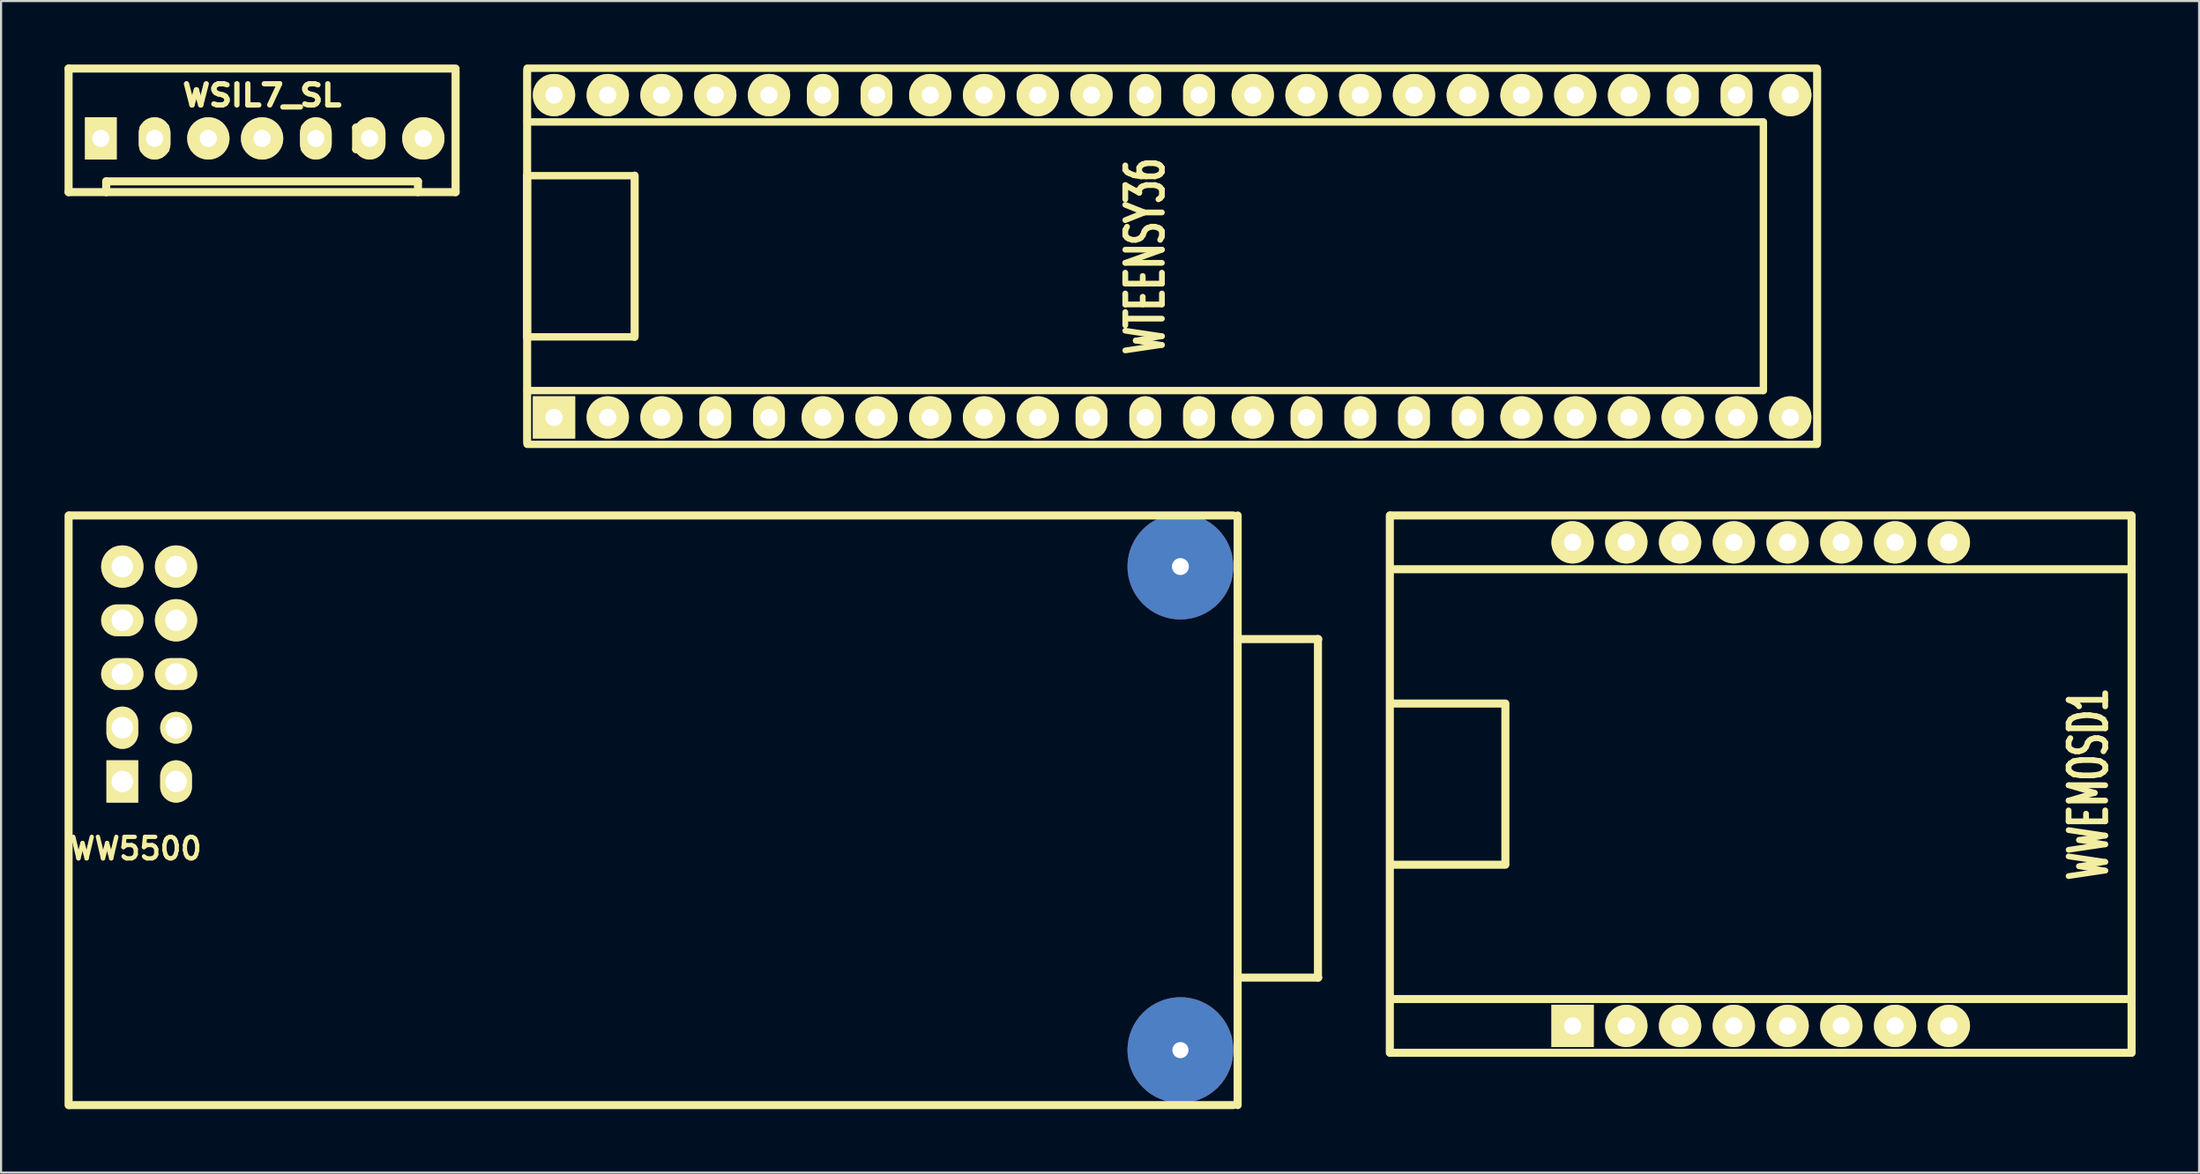
<source format=kicad_pcb>
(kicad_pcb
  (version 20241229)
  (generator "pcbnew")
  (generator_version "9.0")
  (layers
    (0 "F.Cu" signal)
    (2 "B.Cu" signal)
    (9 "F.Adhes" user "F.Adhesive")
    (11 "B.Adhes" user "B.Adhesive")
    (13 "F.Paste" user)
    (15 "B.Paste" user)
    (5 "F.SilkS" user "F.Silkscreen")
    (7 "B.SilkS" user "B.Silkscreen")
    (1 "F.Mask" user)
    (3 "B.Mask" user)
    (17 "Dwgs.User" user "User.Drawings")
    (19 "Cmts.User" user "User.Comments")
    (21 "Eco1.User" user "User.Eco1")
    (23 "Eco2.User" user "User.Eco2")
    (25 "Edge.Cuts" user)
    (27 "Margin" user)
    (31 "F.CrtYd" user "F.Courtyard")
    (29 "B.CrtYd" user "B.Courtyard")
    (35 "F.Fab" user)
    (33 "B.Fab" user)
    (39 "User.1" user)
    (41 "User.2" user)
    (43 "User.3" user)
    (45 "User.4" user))
  (footprint "WWEMOSD1"
    (layer "F.Cu")
    (at 80.153 34.02)
    (property "Reference" "WWEMOSD1" (at 15.494 0 90) (layer "F.SilkS") (effects (font (size 1.73 1.087) (thickness 0.272))))
    (attr through_hole)
    (fp_line (start -17.526 12.7) (end -17.526 -12.7) (stroke (width 0.381) (type solid)) (layer "F.SilkS"))
    (fp_line (start -17.51 -12.7) (end 17.5 -12.7) (stroke (width 0.381) (type solid)) (layer "F.SilkS"))
    (fp_line (start -17.51 -10.16) (end 17.51 -10.16) (stroke (width 0.381) (type solid)) (layer "F.SilkS"))
    (fp_line (start -17.51 10.16) (end 17.51 10.16) (stroke (width 0.381) (type solid)) (layer "F.SilkS"))
    (fp_line (start -17.399 3.81) (end -12.159 3.81) (stroke (width 0.381) (type solid)) (layer "F.SilkS"))
    (fp_line (start -12.159 -3.81) (end -17.399 -3.81) (stroke (width 0.381) (type solid)) (layer "F.SilkS"))
    (fp_line (start -12.065 3.81) (end -12.065 -3.81) (stroke (width 0.381) (type solid)) (layer "F.SilkS"))
    (fp_line (start 17.51 12.7) (end -17.51 12.7) (stroke (width 0.381) (type solid)) (layer "F.SilkS"))
    (fp_line (start 17.526 -12.7) (end 17.526 12.7) (stroke (width 0.381) (type solid)) (layer "F.SilkS"))
    (pad "1" thru_hole rect (at -8.89 11.43) (size 1.999 1.999) (drill 0.813) (layers "*.Cu" "*.Mask" "F.SilkS"))
    (pad "2" thru_hole circle (at -6.35 11.43) (size 1.999 1.999) (drill 0.813) (layers "*.Cu" "*.Mask" "F.SilkS"))
    (pad "3" thru_hole circle (at -3.81 11.43) (size 1.999 1.999) (drill 0.813) (layers "*.Cu" "*.Mask" "F.SilkS"))
    (pad "4" thru_hole circle (at -1.27 11.43) (size 1.999 1.999) (drill 0.813) (layers "*.Cu" "*.Mask" "F.SilkS"))
    (pad "5" thru_hole circle (at 1.27 11.43) (size 1.999 1.999) (drill 0.813) (layers "*.Cu" "*.Mask" "F.SilkS"))
    (pad "6" thru_hole circle (at 3.81 11.43) (size 1.999 1.999) (drill 0.813) (layers "*.Cu" "*.Mask" "F.SilkS"))
    (pad "7" thru_hole circle (at 6.35 11.43) (size 1.999 1.999) (drill 0.813) (layers "*.Cu" "*.Mask" "F.SilkS"))
    (pad "8" thru_hole circle (at 8.89 11.43) (size 1.999 1.999) (drill 0.813) (layers "*.Cu" "*.Mask" "F.SilkS"))
    (pad "9" thru_hole circle (at 8.89 -11.43) (size 1.999 1.999) (drill 0.813) (layers "*.Cu" "*.Mask" "F.SilkS"))
    (pad "10" thru_hole circle (at 6.35 -11.43) (size 1.999 1.999) (drill 0.813) (layers "*.Cu" "*.Mask" "F.SilkS"))
    (pad "11" thru_hole circle (at 3.81 -11.43) (size 1.999 1.999) (drill 0.813) (layers "*.Cu" "*.Mask" "F.SilkS"))
    (pad "12" thru_hole circle (at 1.27 -11.43) (size 1.999 1.999) (drill 0.813) (layers "*.Cu" "*.Mask" "F.SilkS"))
    (pad "13" thru_hole circle (at -1.27 -11.43) (size 1.999 1.999) (drill 0.813) (layers "*.Cu" "*.Mask" "F.SilkS"))
    (pad "14" thru_hole circle (at -3.81 -11.43) (size 1.999 1.999) (drill 0.813) (layers "*.Cu" "*.Mask" "F.SilkS"))
    (pad "15" thru_hole circle (at -6.35 -11.43) (size 1.999 1.999) (drill 0.813) (layers "*.Cu" "*.Mask" "F.SilkS"))
    (pad "16" thru_hole circle (at -8.89 -11.43) (size 1.999 1.999) (drill 0.813) (layers "*.Cu" "*.Mask" "F.SilkS")))
  (footprint "WTEENSY36"
    (layer "F.Cu")
    (at 52.34 9.065)
    (property "Reference" "WTEENSY36" (at -1.27 0 90) (layer "F.SilkS") (effects (font (size 1.73 1.087) (thickness 0.272))))
    (attr through_hole)
    (fp_line (start -30.48 -8.89) (end 30.48 -8.89) (stroke (width 0.35) (type solid)) (layer "F.SilkS"))
    (fp_line (start -30.48 -6.35) (end 27.9 -6.35) (stroke (width 0.35) (type solid)) (layer "F.SilkS"))
    (fp_line (start -30.48 -3.81) (end -30.48 3.81) (stroke (width 0.381) (type solid)) (layer "F.SilkS"))
    (fp_line (start -30.48 -3.81) (end -25.4 -3.81) (stroke (width 0.35) (type solid)) (layer "F.SilkS"))
    (fp_line (start -30.48 6.35) (end 27.9 6.35) (stroke (width 0.35) (type solid)) (layer "F.SilkS"))
    (fp_line (start -30.48 8.8) (end -30.48 -8.8) (stroke (width 0.381) (type solid)) (layer "F.SilkS"))
    (fp_line (start -30.48 8.89) (end 30.48 8.89) (stroke (width 0.35) (type solid)) (layer "F.SilkS"))
    (fp_line (start -25.4 3.81) (end -30.48 3.81) (stroke (width 0.35) (type solid)) (layer "F.SilkS"))
    (fp_line (start -25.4 3.81) (end -25.4 -3.81) (stroke (width 0.381) (type solid)) (layer "F.SilkS"))
    (fp_line (start 27.94 -6.35) (end 27.94 6.35) (stroke (width 0.35) (type solid)) (layer "F.SilkS"))
    (fp_line (start 30.48 -8.8) (end 30.48 8.8) (stroke (width 0.381) (type solid)) (layer "F.SilkS"))
    (pad "1" thru_hole rect (at -29.21 7.62) (size 1.999 1.999) (drill 0.813) (layers "*.Cu" "*.Mask" "F.SilkS"))
    (pad "2" thru_hole circle (at -26.67 7.62) (size 1.999 1.999) (drill 0.813) (layers "*.Cu" "*.Mask" "F.SilkS"))
    (pad "3" thru_hole circle (at -24.13 7.62) (size 1.999 1.999) (drill 0.813) (layers "*.Cu" "*.Mask" "F.SilkS"))
    (pad "4" thru_hole oval (at -21.59 7.62) (size 1.5 1.999) (drill 0.813) (layers "*.Cu" "*.Mask" "F.SilkS"))
    (pad "5" thru_hole oval (at -19.05 7.62) (size 1.5 1.999) (drill 0.813) (layers "*.Cu" "*.Mask" "F.SilkS"))
    (pad "6" thru_hole circle (at -16.51 7.62) (size 1.999 1.999) (drill 0.813) (layers "*.Cu" "*.Mask" "F.SilkS"))
    (pad "7" thru_hole circle (at -13.97 7.62) (size 1.999 1.999) (drill 0.813) (layers "*.Cu" "*.Mask" "F.SilkS"))
    (pad "8" thru_hole circle (at -11.43 7.62) (size 1.999 1.999) (drill 0.813) (layers "*.Cu" "*.Mask" "F.SilkS"))
    (pad "9" thru_hole circle (at -8.89 7.62) (size 1.999 1.999) (drill 0.813) (layers "*.Cu" "*.Mask" "F.SilkS"))
    (pad "10" thru_hole circle (at -6.35 7.62) (size 1.999 1.999) (drill 0.813) (layers "*.Cu" "*.Mask" "F.SilkS"))
    (pad "11" thru_hole oval (at -3.81 7.62) (size 1.5 1.999) (drill 0.813) (layers "*.Cu" "*.Mask" "F.SilkS"))
    (pad "12" thru_hole oval (at -1.27 7.62) (size 1.5 1.999) (drill 0.813) (layers "*.Cu" "*.Mask" "F.SilkS"))
    (pad "13" thru_hole oval (at 1.27 7.62) (size 1.5 1.999) (drill 0.813) (layers "*.Cu" "*.Mask" "F.SilkS"))
    (pad "14" thru_hole circle (at 3.81 7.62) (size 1.999 1.999) (drill 0.813) (layers "*.Cu" "*.Mask" "F.SilkS"))
    (pad "15" thru_hole oval (at 6.35 7.62) (size 1.5 1.999) (drill 0.813) (layers "*.Cu" "*.Mask" "F.SilkS"))
    (pad "16" thru_hole oval (at 8.89 7.62) (size 1.5 1.999) (drill 0.813) (layers "*.Cu" "*.Mask" "F.SilkS"))
    (pad "17" thru_hole oval (at 11.43 7.62) (size 1.5 1.999) (drill 0.813) (layers "*.Cu" "*.Mask" "F.SilkS"))
    (pad "18" thru_hole oval (at 13.97 7.62) (size 1.5 1.999) (drill 0.813) (layers "*.Cu" "*.Mask" "F.SilkS"))
    (pad "19" thru_hole circle (at 16.51 7.62) (size 1.999 1.999) (drill 0.813) (layers "*.Cu" "*.Mask" "F.SilkS"))
    (pad "20" thru_hole circle (at 19.05 7.62) (size 1.999 1.999) (drill 0.813) (layers "*.Cu" "*.Mask" "F.SilkS"))
    (pad "21" thru_hole circle (at 21.59 7.62) (size 1.999 1.999) (drill 0.813) (layers "*.Cu" "*.Mask" "F.SilkS"))
    (pad "22" thru_hole circle (at 24.13 7.62) (size 1.999 1.999) (drill 0.813) (layers "*.Cu" "*.Mask" "F.SilkS"))
    (pad "23" thru_hole circle (at 26.67 7.62) (size 1.999 1.999) (drill 0.813) (layers "*.Cu" "*.Mask" "F.SilkS"))
    (pad "24" thru_hole circle (at 29.21 7.62) (size 1.999 1.999) (drill 0.813) (layers "*.Cu" "*.Mask" "F.SilkS"))
    (pad "25" thru_hole circle (at 29.21 -7.62) (size 1.999 1.999) (drill 0.813) (layers "*.Cu" "*.Mask" "F.SilkS"))
    (pad "26" thru_hole oval (at 26.67 -7.62) (size 1.5 1.999) (drill 0.813) (layers "*.Cu" "*.Mask" "F.SilkS"))
    (pad "27" thru_hole oval (at 24.13 -7.62) (size 1.5 1.999) (drill 0.813) (layers "*.Cu" "*.Mask" "F.SilkS"))
    (pad "28" thru_hole circle (at 21.59 -7.62) (size 1.999 1.999) (drill 0.813) (layers "*.Cu" "*.Mask" "F.SilkS"))
    (pad "29" thru_hole circle (at 19.05 -7.62) (size 1.999 1.999) (drill 0.813) (layers "*.Cu" "*.Mask" "F.SilkS"))
    (pad "30" thru_hole circle (at 16.51 -7.62) (size 1.999 1.999) (drill 0.813) (layers "*.Cu" "*.Mask" "F.SilkS"))
    (pad "31" thru_hole circle (at 13.97 -7.62) (size 1.999 1.999) (drill 0.813) (layers "*.Cu" "*.Mask" "F.SilkS"))
    (pad "32" thru_hole circle (at 11.43 -7.62) (size 1.999 1.999) (drill 0.813) (layers "*.Cu" "*.Mask" "F.SilkS"))
    (pad "33" thru_hole circle (at 8.89 -7.62) (size 1.999 1.999) (drill 0.813) (layers "*.Cu" "*.Mask" "F.SilkS"))
    (pad "34" thru_hole circle (at 6.35 -7.62) (size 1.999 1.999) (drill 0.813) (layers "*.Cu" "*.Mask" "F.SilkS"))
    (pad "35" thru_hole circle (at 3.81 -7.62) (size 1.999 1.999) (drill 0.813) (layers "*.Cu" "*.Mask" "F.SilkS"))
    (pad "36" thru_hole oval (at 1.27 -7.62) (size 1.5 1.999) (drill 0.813) (layers "*.Cu" "*.Mask" "F.SilkS"))
    (pad "37" thru_hole oval (at -1.27 -7.62) (size 1.5 1.999) (drill 0.813) (layers "*.Cu" "*.Mask" "F.SilkS"))
    (pad "38" thru_hole circle (at -3.81 -7.62) (size 1.999 1.999) (drill 0.813) (layers "*.Cu" "*.Mask" "F.SilkS"))
    (pad "39" thru_hole circle (at -6.35 -7.62) (size 1.999 1.999) (drill 0.813) (layers "*.Cu" "*.Mask" "F.SilkS"))
    (pad "40" thru_hole circle (at -8.89 -7.62) (size 1.999 1.999) (drill 0.813) (layers "*.Cu" "*.Mask" "F.SilkS"))
    (pad "41" thru_hole circle (at -11.43 -7.62) (size 1.999 1.999) (drill 0.813) (layers "*.Cu" "*.Mask" "F.SilkS"))
    (pad "42" thru_hole oval (at -13.97 -7.62) (size 1.5 1.999) (drill 0.813) (layers "*.Cu" "*.Mask" "F.SilkS"))
    (pad "43" thru_hole oval (at -16.51 -7.62) (size 1.5 1.999) (drill 0.813) (layers "*.Cu" "*.Mask" "F.SilkS"))
    (pad "44" thru_hole circle (at -19.05 -7.62) (size 1.999 1.999) (drill 0.813) (layers "*.Cu" "*.Mask" "F.SilkS"))
    (pad "45" thru_hole circle (at -21.59 -7.62) (size 1.999 1.999) (drill 0.813) (layers "*.Cu" "*.Mask" "F.SilkS"))
    (pad "46" thru_hole circle (at -24.13 -7.62) (size 1.999 1.999) (drill 0.813) (layers "*.Cu" "*.Mask" "F.SilkS"))
    (pad "47" thru_hole circle (at -26.67 -7.62) (size 1.999 1.999) (drill 0.813) (layers "*.Cu" "*.Mask" "F.SilkS"))
    (pad "48" thru_hole circle (at -29.21 -7.62) (size 1.999 1.999) (drill 0.813) (layers "*.Cu" "*.Mask" "F.SilkS")))
  (footprint "WSIL7_SL"
    (layer "F.Cu")
    (at 9.335 3.493)
    (property "Reference" "WSIL7_SL" (at 0 -2.032 0) (layer "F.SilkS") (effects (font (size 1.001 1.087) (thickness 0.25))))
    (attr through_hole)
    (fp_line (start -9.144 -3.302) (end 9.144 -3.302) (stroke (width 0.381) (type solid)) (layer "F.SilkS"))
    (fp_line (start -9.144 2.54) (end -9.144 -3.302) (stroke (width 0.381) (type solid)) (layer "F.SilkS"))
    (fp_line (start -8.128 -0.508) (end -8.128 0.508) (stroke (width 0.381) (type solid)) (layer "F.SilkS"))
    (fp_line (start -8.128 0.508) (end -7.112 0.508) (stroke (width 0.381) (type solid)) (layer "F.SilkS"))
    (fp_line (start -7.366 2.032) (end 7.366 2.032) (stroke (width 0.381) (type solid)) (layer "F.SilkS"))
    (fp_line (start -7.366 2.54) (end -7.366 2.032) (stroke (width 0.381) (type solid)) (layer "F.SilkS"))
    (fp_line (start -7.112 -0.508) (end -8.128 -0.508) (stroke (width 0.381) (type solid)) (layer "F.SilkS"))
    (fp_line (start -7.112 0.508) (end -7.112 -0.508) (stroke (width 0.381) (type solid)) (layer "F.SilkS"))
    (fp_line (start -5.588 -0.508) (end -5.588 0.508) (stroke (width 0.381) (type solid)) (layer "F.SilkS"))
    (fp_line (start -5.588 -0.508) (end -4.572 -0.508) (stroke (width 0.381) (type solid)) (layer "F.SilkS"))
    (fp_line (start -4.572 -0.508) (end -4.572 0.508) (stroke (width 0.381) (type solid)) (layer "F.SilkS"))
    (fp_line (start -4.572 0.508) (end -5.588 0.508) (stroke (width 0.381) (type solid)) (layer "F.SilkS"))
    (fp_line (start -3.048 -0.508) (end -3.048 0.508) (stroke (width 0.381) (type solid)) (layer "F.SilkS"))
    (fp_line (start -3.048 0.508) (end -2.032 0.508) (stroke (width 0.381) (type solid)) (layer "F.SilkS"))
    (fp_line (start -2.032 -0.508) (end -3.048 -0.508) (stroke (width 0.381) (type solid)) (layer "F.SilkS"))
    (fp_line (start -2.032 0.508) (end -2.032 -0.508) (stroke (width 0.381) (type solid)) (layer "F.SilkS"))
    (fp_line (start -0.508 -0.508) (end -0.508 0.508) (stroke (width 0.381) (type solid)) (layer "F.SilkS"))
    (fp_line (start -0.508 0.508) (end 0.508 0.508) (stroke (width 0.381) (type solid)) (layer "F.SilkS"))
    (fp_line (start 0.508 -0.508) (end -0.508 -0.508) (stroke (width 0.381) (type solid)) (layer "F.SilkS"))
    (fp_line (start 0.508 0.508) (end 0.508 -0.508) (stroke (width 0.381) (type solid)) (layer "F.SilkS"))
    (fp_line (start 2.032 -0.508) (end 3.048 -0.508) (stroke (width 0.381) (type solid)) (layer "F.SilkS"))
    (fp_line (start 2.032 0.508) (end 2.032 -0.508) (stroke (width 0.381) (type solid)) (layer "F.SilkS"))
    (fp_line (start 3.048 -0.508) (end 3.048 0.508) (stroke (width 0.381) (type solid)) (layer "F.SilkS"))
    (fp_line (start 3.048 0.508) (end 2.032 0.508) (stroke (width 0.381) (type solid)) (layer "F.SilkS"))
    (fp_line (start 4.445 -0.508) (end 4.445 0.508) (stroke (width 0.381) (type solid)) (layer "F.SilkS"))
    (fp_line (start 4.445 0.508) (end 5.461 0.508) (stroke (width 0.381) (type solid)) (layer "F.SilkS"))
    (fp_line (start 5.461 -0.508) (end 4.445 -0.508) (stroke (width 0.381) (type solid)) (layer "F.SilkS"))
    (fp_line (start 5.461 0.508) (end 5.461 -0.508) (stroke (width 0.381) (type solid)) (layer "F.SilkS"))
    (fp_line (start 7.112 -0.508) (end 7.112 0.508) (stroke (width 0.381) (type solid)) (layer "F.SilkS"))
    (fp_line (start 7.112 0.508) (end 8.128 0.508) (stroke (width 0.381) (type solid)) (layer "F.SilkS"))
    (fp_line (start 7.366 2.032) (end 7.366 2.54) (stroke (width 0.381) (type solid)) (layer "F.SilkS"))
    (fp_line (start 8.128 -0.508) (end 7.112 -0.508) (stroke (width 0.381) (type solid)) (layer "F.SilkS"))
    (fp_line (start 8.128 0.508) (end 8.128 -0.508) (stroke (width 0.381) (type solid)) (layer "F.SilkS"))
    (fp_line (start 9.144 -3.2) (end 9.144 2.54) (stroke (width 0.381) (type solid)) (layer "F.SilkS"))
    (fp_line (start 9.144 2.54) (end -9.144 2.54) (stroke (width 0.381) (type solid)) (layer "F.SilkS"))
    (pad "1" thru_hole rect (at -7.62 0) (size 1.5 1.999) (drill 0.813) (layers "*.Cu" "*.Mask" "F.SilkS"))
    (pad "2" thru_hole oval (at -5.08 0) (size 1.5 1.999) (drill 0.813) (layers "*.Cu" "*.Mask" "F.SilkS"))
    (pad "3" thru_hole circle (at -2.54 0) (size 1.999 1.999) (drill 0.813) (layers "*.Cu" "*.Mask" "F.SilkS"))
    (pad "4" thru_hole circle (at 0 0) (size 1.999 1.999) (drill 0.813) (layers "*.Cu" "*.Mask" "F.SilkS"))
    (pad "5" thru_hole oval (at 2.54 0) (size 1.5 1.999) (drill 0.81) (layers "*.Cu" "*.Mask" "F.SilkS"))
    (pad "6" thru_hole oval (at 5.08 0) (size 1.5 1.999) (drill 0.81) (layers "*.Cu" "*.Mask" "F.SilkS"))
    (pad "7" thru_hole circle (at 7.62 0) (size 1.999 1.999) (drill 0.81) (layers "*.Cu" "*.Mask" "F.SilkS")))
  (footprint "WW5500"
    (layer "F.Cu")
    (at 2.731 33.895)
    (property "Reference" "WW5500" (at 0.635 3.175 0) (layer "F.SilkS") (effects (font (size 1.016 1.016) (thickness 0.203))))
    (attr through_hole)
    (fp_line (start -2.54 15.3) (end -2.54 -12.575) (stroke (width 0.381) (type solid)) (layer "F.SilkS"))
    (fp_line (start -2.5 -12.575) (end 52.5 -12.575) (stroke (width 0.381) (type solid)) (layer "F.SilkS"))
    (fp_line (start -2.5 15.3) (end 52.5 15.3) (stroke (width 0.381) (type solid)) (layer "F.SilkS"))
    (fp_line (start 52.705 15.3) (end 52.705 -12.575) (stroke (width 0.381) (type solid)) (layer "F.SilkS"))
    (fp_line (start 56.5 -6.73) (end 56.5 9.27) (stroke (width 0.381) (type solid)) (layer "F.SilkS"))
    (fp_line (start 56.515 -6.731) (end 52.7 -6.731) (stroke (width 0.381) (type solid)) (layer "F.SilkS"))
    (fp_line (start 56.515 9.271) (end 52.7 9.271) (stroke (width 0.381) (type solid)) (layer "F.SilkS"))
    (pad "" thru_hole circle (at 50 -10.16) (size 5 5) (drill 0.8) (layers "*.Cu" "*.Mask"))
    (pad "" thru_hole circle (at 50 12.7) (size 5 5) (drill 0.762) (layers "*.Cu" "*.Mask"))
    (pad "1" thru_hole rect (at 0 0) (size 1.5 1.999) (drill 1.016) (layers "*.Cu" "*.Mask" "F.SilkS"))
    (pad "2" thru_hole oval (at 2.54 0) (size 1.5 1.999) (drill 1.016) (layers "*.Cu" "*.Mask" "F.SilkS"))
    (pad "3" thru_hole oval (at 0 -2.54) (size 1.5 1.999) (drill 1.016) (layers "*.Cu" "*.Mask" "F.SilkS"))
    (pad "4" thru_hole oval (at 2.54 -2.54) (size 1.5 1.5) (drill 1.016) (layers "*.Cu" "*.Mask" "F.SilkS"))
    (pad "5" thru_hole oval (at 0 -5.08) (size 1.999 1.5) (drill 1.016) (layers "*.Cu" "*.Mask" "F.SilkS"))
    (pad "6" thru_hole oval (at 2.54 -5.08) (size 1.999 1.5) (drill 1.016) (layers "*.Cu" "*.Mask" "F.SilkS"))
    (pad "7" thru_hole oval (at 0 -7.62) (size 1.999 1.5) (drill 1.016) (layers "*.Cu" "*.Mask" "F.SilkS"))
    (pad "8" thru_hole circle (at 2.54 -7.62) (size 1.999 1.999) (drill 1.016) (layers "*.Cu" "*.Mask" "F.SilkS"))
    (pad "9" thru_hole circle (at 0 -10.16) (size 1.999 1.999) (drill 1.016) (layers "*.Cu" "*.Mask" "F.SilkS"))
    (pad "10" thru_hole circle (at 2.54 -10.16) (size 1.999 1.999) (drill 1.016) (layers "*.Cu" "*.Mask" "F.SilkS")))
  (gr_rect
    (start -3 -3)
    (end 100.869 52.386)
    (stroke (width 0.1) (type default))
    (fill no)
    (layer "Edge.Cuts")))
</source>
